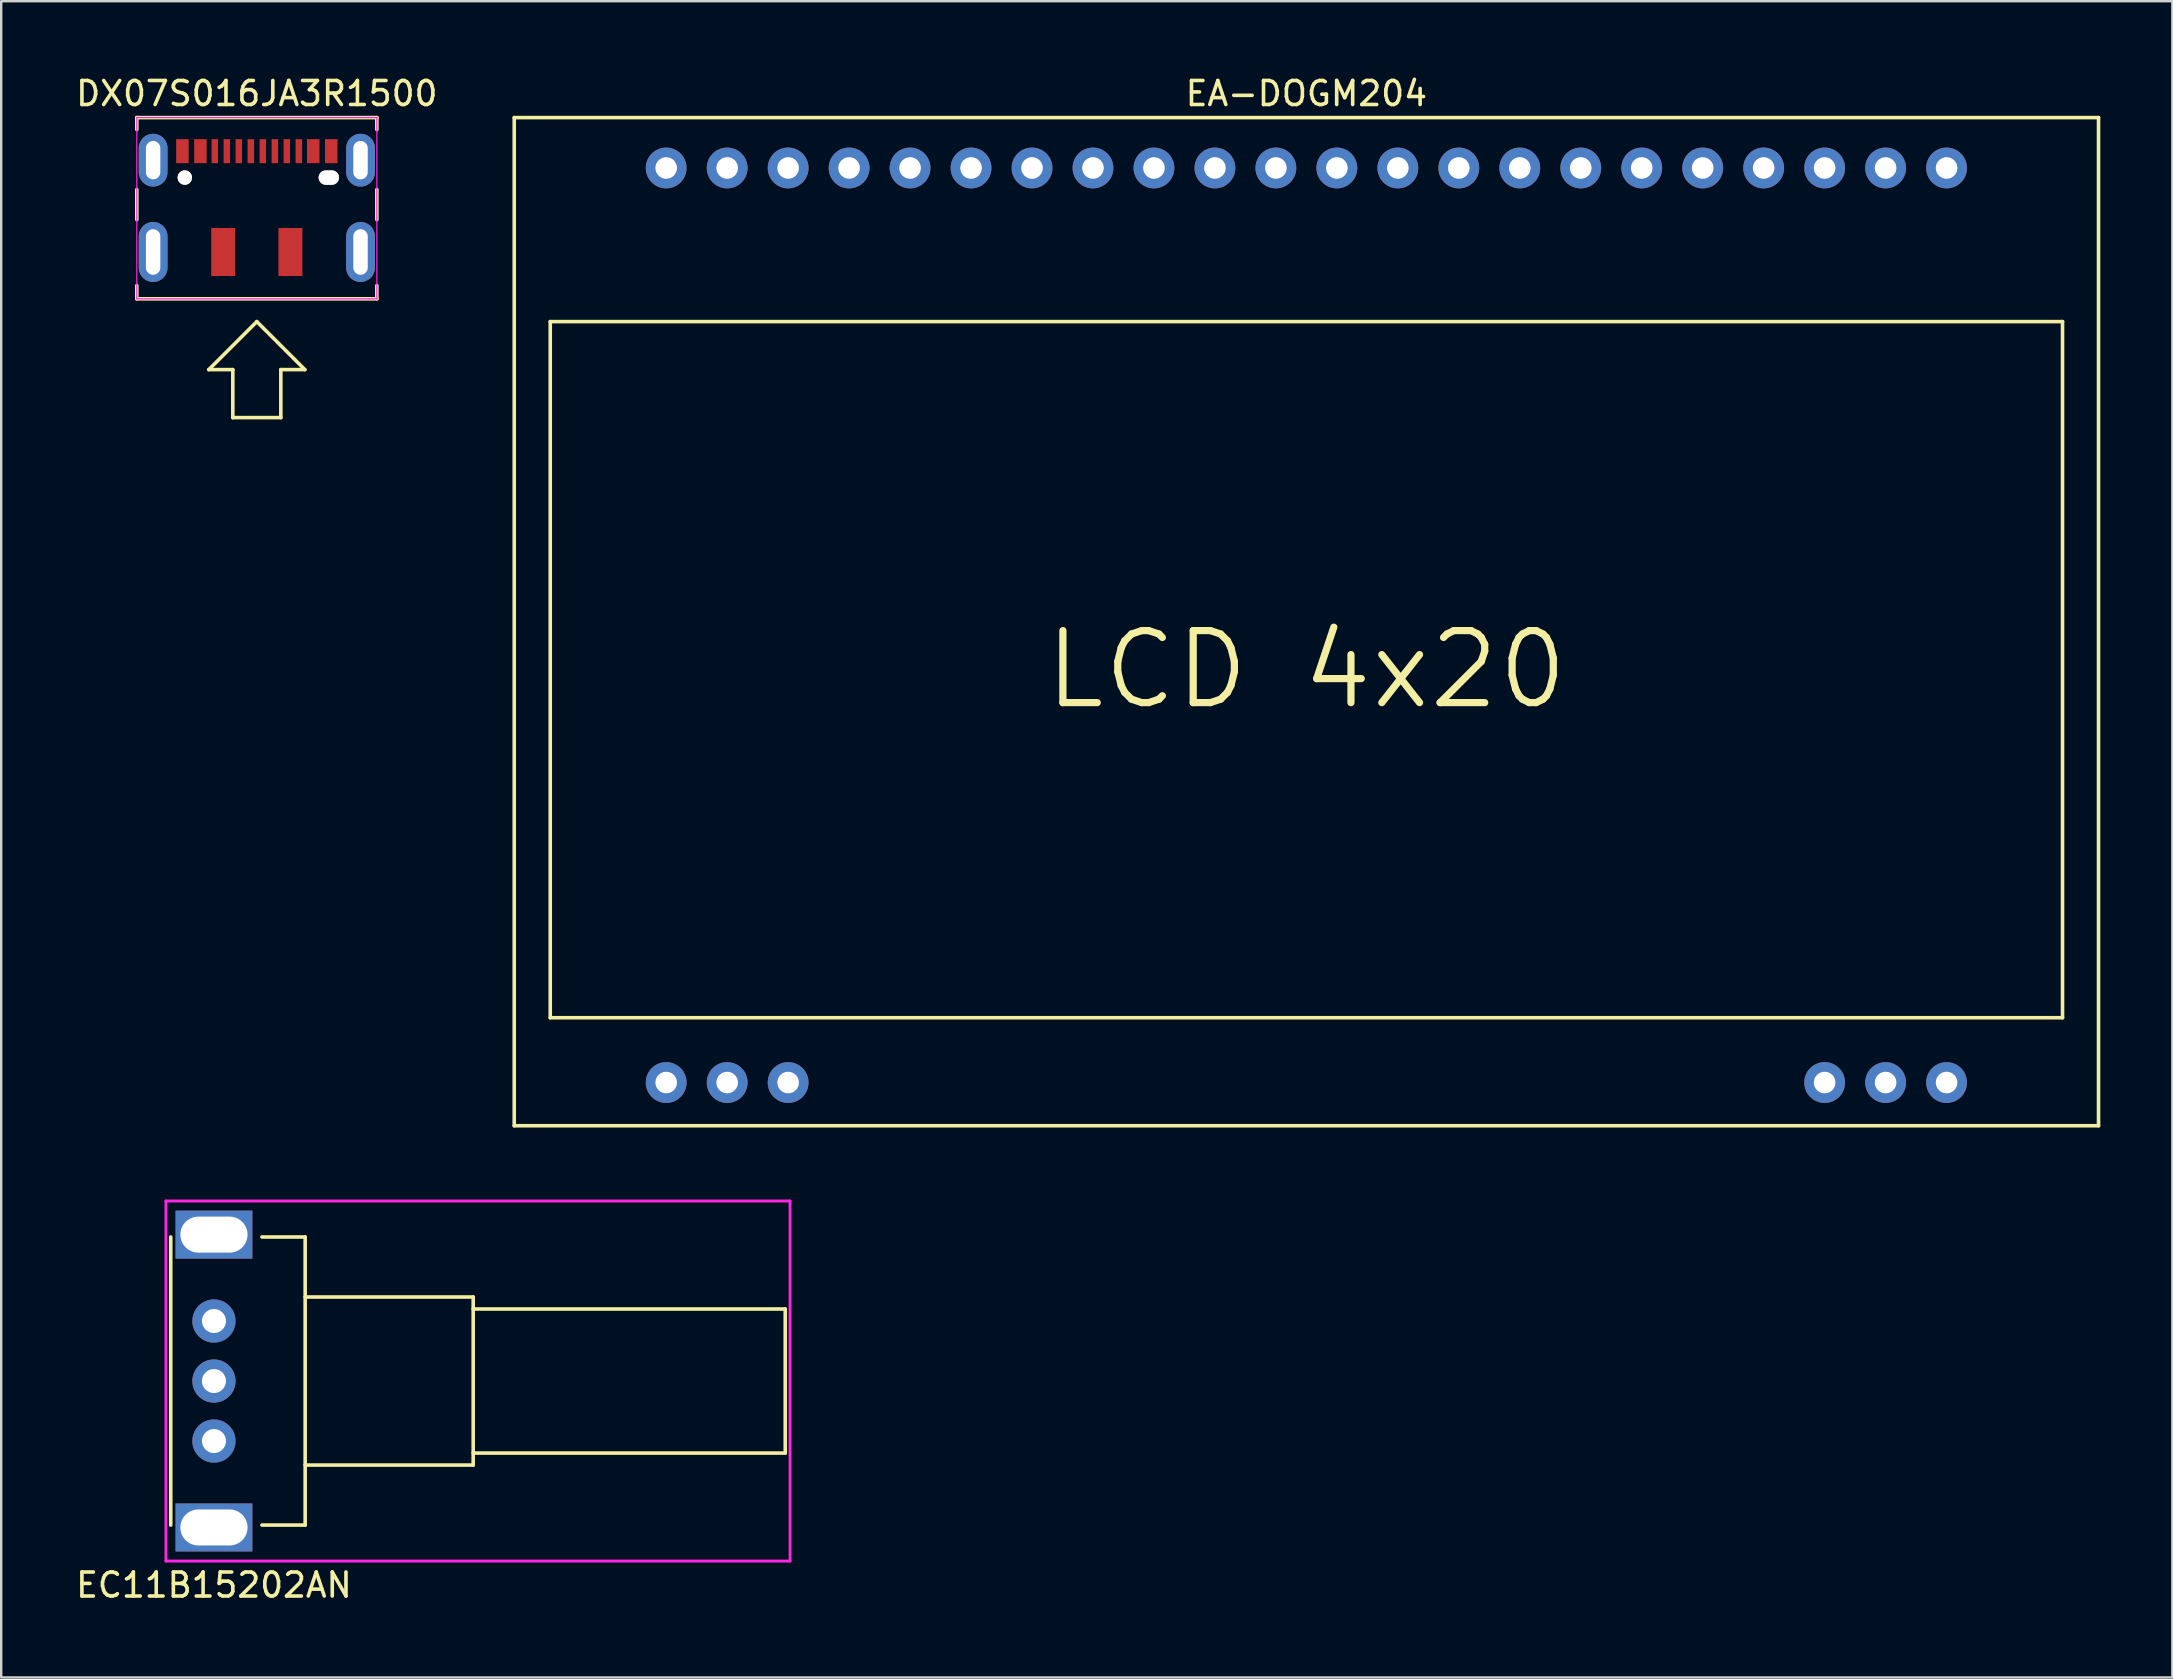
<source format=kicad_pcb>
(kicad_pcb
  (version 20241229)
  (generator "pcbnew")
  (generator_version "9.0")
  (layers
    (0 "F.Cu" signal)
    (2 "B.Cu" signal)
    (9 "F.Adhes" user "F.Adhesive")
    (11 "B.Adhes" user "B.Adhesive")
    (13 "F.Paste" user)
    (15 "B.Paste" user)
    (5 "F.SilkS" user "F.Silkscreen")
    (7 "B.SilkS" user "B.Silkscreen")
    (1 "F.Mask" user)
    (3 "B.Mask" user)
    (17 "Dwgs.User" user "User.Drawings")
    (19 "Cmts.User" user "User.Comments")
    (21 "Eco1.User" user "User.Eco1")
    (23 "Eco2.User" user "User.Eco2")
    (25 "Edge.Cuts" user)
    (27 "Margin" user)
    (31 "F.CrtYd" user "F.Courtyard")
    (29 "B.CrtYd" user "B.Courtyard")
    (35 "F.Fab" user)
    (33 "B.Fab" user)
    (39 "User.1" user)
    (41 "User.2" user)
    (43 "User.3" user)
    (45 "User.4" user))
  (footprint "EC11B15202AN"
    (layer "F.Cu")
    (at 5.863 54.483)
    (property "Reference" "EC11B15202AN" (at 0 8.5 0) (layer "F.SilkS") (effects (font (size 1 1) (thickness 0.15))))
    (attr through_hole)
    (fp_line (start -1.8 -6) (end -1.8 6) (stroke (width 0.15) (type solid)) (layer "F.SilkS"))
    (fp_line (start 3.8 -6) (end 2 -6) (stroke (width 0.15) (type solid)) (layer "F.SilkS"))
    (fp_line (start 3.8 -6) (end 3.8 6) (stroke (width 0.15) (type solid)) (layer "F.SilkS"))
    (fp_line (start 3.8 -3.5) (end 10.8 -3.5) (stroke (width 0.15) (type solid)) (layer "F.SilkS"))
    (fp_line (start 3.8 6) (end 2 6) (stroke (width 0.15) (type solid)) (layer "F.SilkS"))
    (fp_line (start 10.8 -3.5) (end 10.8 3.5) (stroke (width 0.15) (type solid)) (layer "F.SilkS"))
    (fp_line (start 10.8 -3) (end 23.8 -3) (stroke (width 0.15) (type solid)) (layer "F.SilkS"))
    (fp_line (start 10.8 3.5) (end 3.8 3.5) (stroke (width 0.15) (type solid)) (layer "F.SilkS"))
    (fp_line (start 23.8 -3) (end 23.8 3) (stroke (width 0.15) (type solid)) (layer "F.SilkS"))
    (fp_line (start 23.8 3) (end 10.8 3) (stroke (width 0.15) (type solid)) (layer "F.SilkS"))
    (fp_line (start -2 -7.5) (end -2 7.5) (stroke (width 0.12) (type solid)) (layer "F.CrtYd"))
    (fp_line (start -2 7.5) (end 24 7.5) (stroke (width 0.12) (type solid)) (layer "F.CrtYd"))
    (fp_line (start 24 -7.5) (end -2 -7.5) (stroke (width 0.12) (type solid)) (layer "F.CrtYd"))
    (fp_line (start 24 7.5) (end 24 -7.5) (stroke (width 0.12) (type solid)) (layer "F.CrtYd"))
    (pad "A" thru_hole circle (at 0 2.5 90) (size 1.8 1.8) (drill 1) (layers "*.Cu" "*.Mask"))
    (pad "B" thru_hole circle (at 0 -2.5 90) (size 1.8 1.8) (drill 1) (layers "*.Cu" "*.Mask"))
    (pad "C" thru_hole circle (at 0 0 90) (size 1.8 1.8) (drill 1) (layers "*.Cu" "*.Mask"))
    (pad "MP" thru_hole rect (at 0 -6.1 180) (size 3.2 2) (drill oval 2.8 1.5) (layers "*.Cu" "*.Mask"))
    (pad "MP" thru_hole rect (at 0 6.1) (size 3.2 2) (drill oval 2.8 1.5) (layers "*.Cu" "*.Mask")))
  (footprint "EA-DOGM204"
    (layer "F.Cu")
    (at 51.373 24.848)
    (property "Reference" "EA-DOGM204" (at 0 -24 0) (layer "F.SilkS") (effects (font (size 1 1) (thickness 0.15))))
    (attr through_hole)
    (fp_line (start -33 -23) (end 33 -23) (stroke (width 0.15) (type solid)) (layer "F.SilkS"))
    (fp_line (start -33 19) (end -33 -23) (stroke (width 0.15) (type solid)) (layer "F.SilkS"))
    (fp_line (start -31.5 -14.5) (end 31.5 -14.5) (stroke (width 0.15) (type solid)) (layer "F.SilkS"))
    (fp_line (start -31.5 14.5) (end -31.5 -14.5) (stroke (width 0.15) (type solid)) (layer "F.SilkS"))
    (fp_line (start 31.5 -14.5) (end 31.5 14.5) (stroke (width 0.15) (type solid)) (layer "F.SilkS"))
    (fp_line (start 31.5 14.5) (end -31.5 14.5) (stroke (width 0.15) (type solid)) (layer "F.SilkS"))
    (fp_line (start 33 -23) (end 33 19) (stroke (width 0.15) (type solid)) (layer "F.SilkS"))
    (fp_line (start 33 19) (end -33 19) (stroke (width 0.15) (type solid)) (layer "F.SilkS"))
    (fp_text user "LCD 4x20" (at 0 0 0) (layer "F.SilkS") (effects (font (size 3 3) (thickness 0.3))))
    (pad "1" thru_hole circle (at -26.67 17.2) (size 1.7 1.7) (drill 0.9) (layers "*.Cu" "*.Mask"))
    (pad "2" thru_hole circle (at -24.13 17.2) (size 1.7 1.7) (drill 0.9) (layers "*.Cu" "*.Mask"))
    (pad "3" thru_hole circle (at -21.59 17.2) (size 1.7 1.7) (drill 0.9) (layers "*.Cu" "*.Mask"))
    (pad "20" thru_hole circle (at 21.59 17.2) (size 1.7 1.7) (drill 0.9) (layers "*.Cu" "*.Mask"))
    (pad "21" thru_hole circle (at 24.13 17.2) (size 1.7 1.7) (drill 0.9) (layers "*.Cu" "*.Mask"))
    (pad "22" thru_hole circle (at 26.67 17.2) (size 1.7 1.7) (drill 0.9) (layers "*.Cu" "*.Mask"))
    (pad "23" thru_hole circle (at 26.67 -20.9) (size 1.7 1.7) (drill 0.9) (layers "*.Cu" "*.Mask"))
    (pad "24" thru_hole circle (at 24.13 -20.9) (size 1.7 1.7) (drill 0.9) (layers "*.Cu" "*.Mask"))
    (pad "25" thru_hole circle (at 21.59 -20.9) (size 1.7 1.7) (drill 0.9) (layers "*.Cu" "*.Mask"))
    (pad "26" thru_hole circle (at 19.05 -20.9) (size 1.7 1.7) (drill 0.9) (layers "*.Cu" "*.Mask"))
    (pad "27" thru_hole circle (at 16.51 -20.9) (size 1.7 1.7) (drill 0.9) (layers "*.Cu" "*.Mask"))
    (pad "28" thru_hole circle (at 13.97 -20.9) (size 1.7 1.7) (drill 0.9) (layers "*.Cu" "*.Mask"))
    (pad "29" thru_hole circle (at 11.43 -20.9) (size 1.7 1.7) (drill 0.9) (layers "*.Cu" "*.Mask"))
    (pad "30" thru_hole circle (at 8.89 -20.9) (size 1.7 1.7) (drill 0.9) (layers "*.Cu" "*.Mask"))
    (pad "31" thru_hole circle (at 6.35 -20.9) (size 1.7 1.7) (drill 0.9) (layers "*.Cu" "*.Mask"))
    (pad "32" thru_hole circle (at 3.81 -20.9) (size 1.7 1.7) (drill 0.9) (layers "*.Cu" "*.Mask"))
    (pad "33" thru_hole circle (at 1.27 -20.9) (size 1.7 1.7) (drill 0.9) (layers "*.Cu" "*.Mask"))
    (pad "34" thru_hole circle (at -1.27 -20.9) (size 1.7 1.7) (drill 0.9) (layers "*.Cu" "*.Mask"))
    (pad "35" thru_hole circle (at -3.81 -20.9) (size 1.7 1.7) (drill 0.9) (layers "*.Cu" "*.Mask"))
    (pad "36" thru_hole circle (at -6.35 -20.9) (size 1.7 1.7) (drill 0.9) (layers "*.Cu" "*.Mask"))
    (pad "37" thru_hole circle (at -8.89 -20.9) (size 1.7 1.7) (drill 0.9) (layers "*.Cu" "*.Mask"))
    (pad "38" thru_hole circle (at -11.43 -20.9) (size 1.7 1.7) (drill 0.9) (layers "*.Cu" "*.Mask"))
    (pad "39" thru_hole circle (at -13.97 -20.9) (size 1.7 1.7) (drill 0.9) (layers "*.Cu" "*.Mask"))
    (pad "40" thru_hole circle (at -16.51 -20.9) (size 1.7 1.7) (drill 0.9) (layers "*.Cu" "*.Mask"))
    (pad "41" thru_hole circle (at -19.05 -20.9) (size 1.7 1.7) (drill 0.9) (layers "*.Cu" "*.Mask"))
    (pad "42" thru_hole circle (at -21.59 -20.9) (size 1.7 1.7) (drill 0.9) (layers "*.Cu" "*.Mask"))
    (pad "43" thru_hole circle (at -24.13 -20.9) (size 1.7 1.7) (drill 0.9) (layers "*.Cu" "*.Mask"))
    (pad "44" thru_hole circle (at -26.67 -20.9) (size 1.7 1.7) (drill 0.9) (layers "*.Cu" "*.Mask")))
  (footprint "DX07S016JA3R1500"
    (layer "F.Cu")
    (at 7.649 4.348)
    (property "Reference" "DX07S016JA3R1500" (at 0 -3.5 0) (layer "F.SilkS") (effects (font (size 1 1) (thickness 0.15))))
    (attr through_hole)
    (fp_line (start -5 -2.5) (end 5 -2.5) (stroke (width 0.15) (type solid)) (layer "F.SilkS"))
    (fp_line (start -5 -2) (end -5 -2.5) (stroke (width 0.15) (type solid)) (layer "F.SilkS"))
    (fp_line (start -5 1.75) (end -5 0.5) (stroke (width 0.15) (type solid)) (layer "F.SilkS"))
    (fp_line (start -5 5.05) (end -5 4.5) (stroke (width 0.15) (type solid)) (layer "F.SilkS"))
    (fp_line (start -5 5.05) (end 5 5.05) (stroke (width 0.15) (type solid)) (layer "F.SilkS"))
    (fp_line (start -2 8) (end -1 8) (stroke (width 0.15) (type solid)) (layer "F.SilkS"))
    (fp_line (start -1 8) (end -1 10) (stroke (width 0.15) (type solid)) (layer "F.SilkS"))
    (fp_line (start -1 10) (end 1 10) (stroke (width 0.15) (type solid)) (layer "F.SilkS"))
    (fp_line (start 0 6) (end -2 8) (stroke (width 0.15) (type solid)) (layer "F.SilkS"))
    (fp_line (start 1 8) (end 2 8) (stroke (width 0.15) (type solid)) (layer "F.SilkS"))
    (fp_line (start 1 10) (end 1 8) (stroke (width 0.15) (type solid)) (layer "F.SilkS"))
    (fp_line (start 2 8) (end 0 6) (stroke (width 0.15) (type solid)) (layer "F.SilkS"))
    (fp_line (start 5 -2.5) (end 5 -2) (stroke (width 0.15) (type solid)) (layer "F.SilkS"))
    (fp_line (start 5 1.75) (end 5 0.5) (stroke (width 0.15) (type solid)) (layer "F.SilkS"))
    (fp_line (start 5 5.05) (end 5 4.5) (stroke (width 0.15) (type solid)) (layer "F.SilkS"))
    (fp_line (start -5 -2.5) (end 5 -2.5) (stroke (width 0.05) (type solid)) (layer "F.CrtYd"))
    (fp_line (start -5 5.05) (end -5 -2.5) (stroke (width 0.05) (type solid)) (layer "F.CrtYd"))
    (fp_line (start 5 -2.5) (end 5 5.05) (stroke (width 0.05) (type solid)) (layer "F.CrtYd"))
    (fp_line (start 5 5.05) (end -5 5.05) (stroke (width 0.05) (type solid)) (layer "F.CrtYd"))
    (pad "" np_thru_hole oval (at -3 0) (size 0.6 0.6) (drill oval 0.6) (layers "*.Cu" "*.Mask" "B.SilkS"))
    (pad "" np_thru_hole oval (at 3 0) (size 0.85 0.6) (drill oval 0.85 0.6) (layers "*.Cu" "*.Mask" "B.SilkS"))
    (pad "A1" smd rect (at -3.1 -1.1 180) (size 0.52 1) (layers "F.Cu" "F.Mask" "F.Paste"))
    (pad "A4" smd rect (at -2.35 -1.1 180) (size 0.52 1) (layers "F.Cu" "F.Mask" "F.Paste"))
    (pad "A5" smd rect (at -1.75 -1.1 180) (size 0.27 1) (layers "F.Cu" "F.Mask" "F.Paste"))
    (pad "A6" smd rect (at -0.25 -1.1 180) (size 0.27 1) (layers "F.Cu" "F.Mask" "F.Paste"))
    (pad "A7" smd rect (at 0.75 -1.1 180) (size 0.27 1) (layers "F.Cu" "F.Mask" "F.Paste"))
    (pad "A8" smd rect (at 1.75 -1.1) (size 0.27 1) (layers "F.Cu" "F.Mask" "F.Paste"))
    (pad "A9" smd rect (at 2.35 -1.1) (size 0.52 1) (layers "F.Cu" "F.Mask" "F.Paste"))
    (pad "A12" smd rect (at 3.1 -1.1) (size 0.52 1) (layers "F.Cu" "F.Mask" "F.Paste"))
    (pad "B5" smd rect (at 1.25 -1.1 180) (size 0.27 1) (layers "F.Cu" "F.Mask" "F.Paste"))
    (pad "B6" smd rect (at 0.25 -1.1 180) (size 0.27 1) (layers "F.Cu" "F.Mask" "F.Paste"))
    (pad "B7" smd rect (at -0.75 -1.1 180) (size 0.27 1) (layers "F.Cu" "F.Mask" "F.Paste"))
    (pad "B8" smd rect (at -1.25 -1.1 180) (size 0.27 1) (layers "F.Cu" "F.Mask" "F.Paste"))
    (pad "S1" thru_hole oval (at -4.32 -0.725 180) (size 1.2 2.2) (drill oval 0.6 1.6) (layers "*.Cu" "*.Mask"))
    (pad "S1" thru_hole oval (at -4.32 3.1) (size 1.2 2.5) (drill oval 0.6 1.9) (layers "*.Cu" "*.Mask"))
    (pad "S1" smd rect (at -1.4 3.1 180) (size 1 2) (layers "F.Cu" "F.Mask" "F.Paste"))
    (pad "S1" smd rect (at 1.4 3.1) (size 1 2) (layers "F.Cu" "F.Mask" "F.Paste"))
    (pad "S1" thru_hole oval (at 4.32 -0.725 180) (size 1.2 2.2) (drill oval 0.6 1.6) (layers "*.Cu" "*.Mask"))
    (pad "S1" thru_hole oval (at 4.32 3.1 180) (size 1.2 2.5) (drill oval 0.6 1.9) (layers "*.Cu" "*.Mask")))
  (gr_rect
    (start -3 -3)
    (end 87.448 66.832)
    (stroke (width 0.1) (type default))
    (fill no)
    (layer "Edge.Cuts")))
</source>
